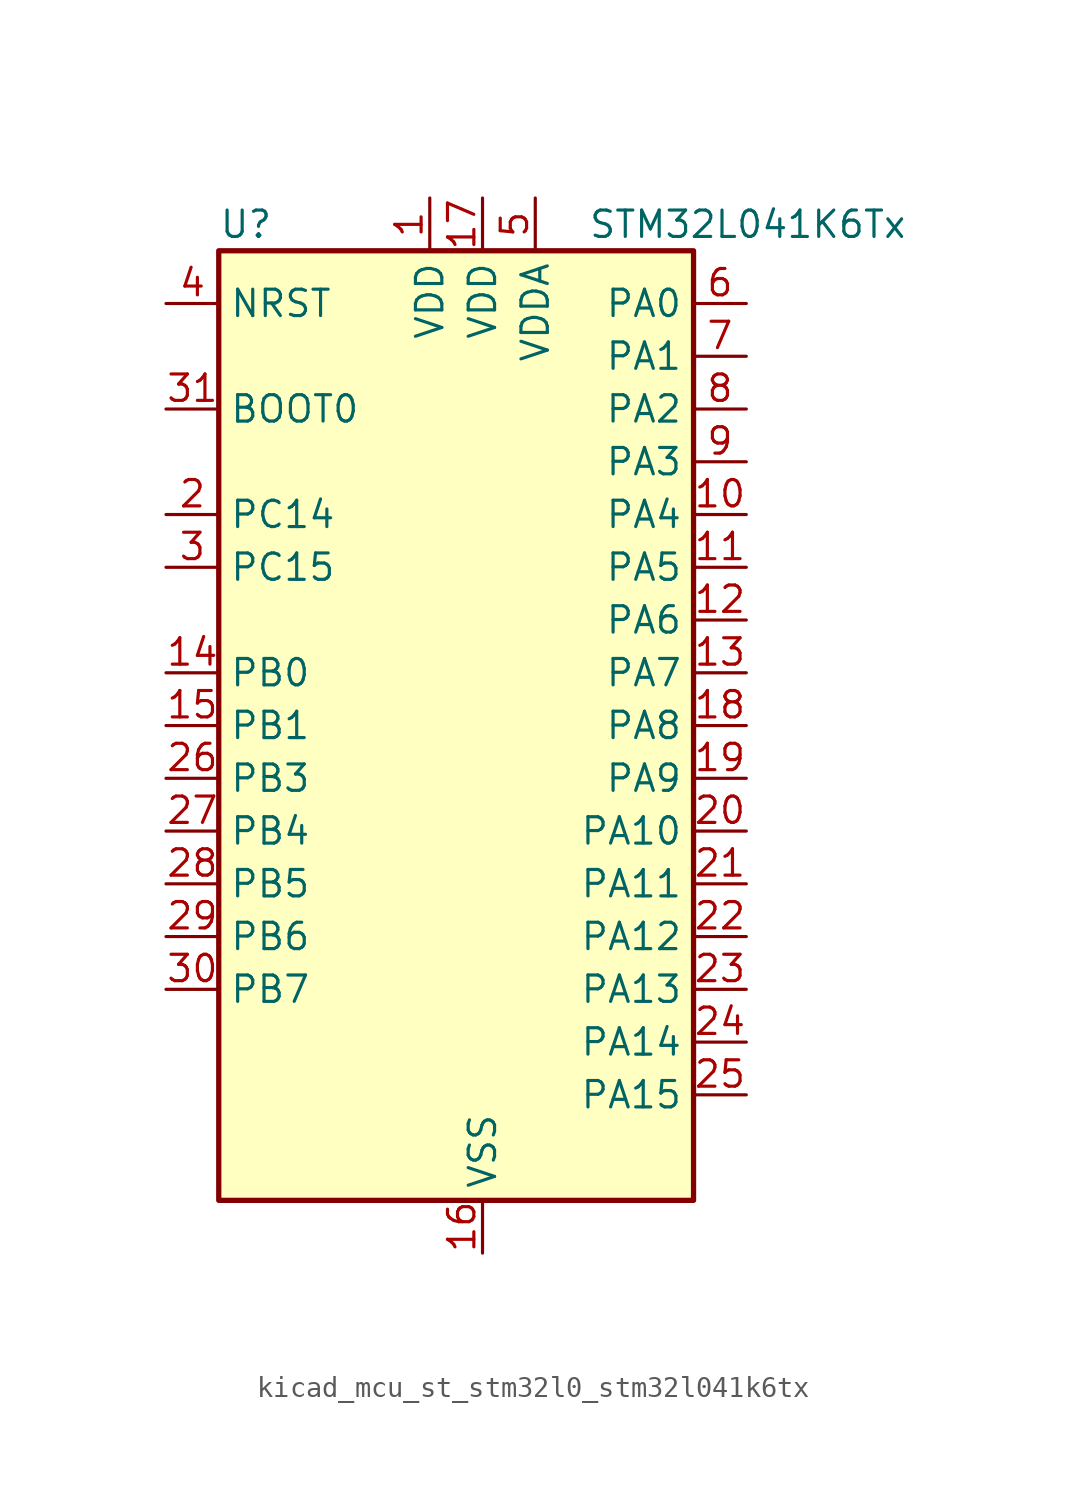
<source format=kicad_sym>
(kicad_symbol_lib
  (version 20220914)
  (generator kicad_symbol_editor)
  (symbol "kicad_mcu_st_stm32l0_stm32l041k6tx"
    (property "Reference" "U"
      (at -10.16 24.13 0)
      (effects (font (size 1.27 1.27)) (justify left)))
    (property "Value" "STM32L041K6Tx"
      (at 7.62 24.13 0)
      (effects (font (size 1.27 1.27)) (justify left)))
    (property "ki_locked" ""
      (at 0 0 0)
      (effects (font (size 1.27 1.27))))
    (symbol "kicad_mcu_st_stm32l0_stm32l041k6tx_0_1"
      (rectangle (start -10.16 -22.86) (end 12.7 22.86) (stroke (width 0.254) (type default)) (fill (type background))))
    (symbol "kicad_mcu_st_stm32l0_stm32l041k6tx_1_1"
      (pin power_in line (at 0 25.4 270) (length 2.54) (name "VDD" (effects (font (size 1.27 1.27)))) (number "1" (effects (font (size 1.27 1.27)))))
      (pin bidirectional line (at 15.24 10.16 180) (length 2.54) (name "PA4" (effects (font (size 1.27 1.27)))) (number "10" (effects (font (size 1.27 1.27)))) (alternate "ADC_IN4" bidirectional line) (alternate "COMP1_INM" bidirectional line) (alternate "COMP2_INM" bidirectional line) (alternate "LPTIM1_IN1" bidirectional line) (alternate "SPI1_NSS" bidirectional line) (alternate "TIM22_ETR" bidirectional line) (alternate "USART2_CK" bidirectional line))
      (pin bidirectional line (at 15.24 7.62 180) (length 2.54) (name "PA5" (effects (font (size 1.27 1.27)))) (number "11" (effects (font (size 1.27 1.27)))) (alternate "ADC_IN5" bidirectional line) (alternate "COMP1_INM" bidirectional line) (alternate "COMP2_INM" bidirectional line) (alternate "LPTIM1_IN2" bidirectional line) (alternate "SPI1_SCK" bidirectional line) (alternate "TIM2_CH1" bidirectional line) (alternate "TIM2_ETR" bidirectional line))
      (pin bidirectional line (at 15.24 5.08 180) (length 2.54) (name "PA6" (effects (font (size 1.27 1.27)))) (number "12" (effects (font (size 1.27 1.27)))) (alternate "ADC_IN6" bidirectional line) (alternate "COMP1_OUT" bidirectional line) (alternate "LPTIM1_ETR" bidirectional line) (alternate "LPUART1_CTS" bidirectional line) (alternate "SPI1_MISO" bidirectional line) (alternate "TIM22_CH1" bidirectional line))
      (pin bidirectional line (at 15.24 2.54 180) (length 2.54) (name "PA7" (effects (font (size 1.27 1.27)))) (number "13" (effects (font (size 1.27 1.27)))) (alternate "ADC_IN7" bidirectional line) (alternate "COMP2_OUT" bidirectional line) (alternate "LPTIM1_OUT" bidirectional line) (alternate "SPI1_MOSI" bidirectional line) (alternate "TIM22_CH2" bidirectional line) (alternate "USART2_CTS" bidirectional line))
      (pin bidirectional line (at -12.7 2.54 0) (length 2.54) (name "PB0" (effects (font (size 1.27 1.27)))) (number "14" (effects (font (size 1.27 1.27)))) (alternate "ADC_IN8" bidirectional line) (alternate "SPI1_MISO" bidirectional line) (alternate "SYS_VREF_OUT_PB0" bidirectional line) (alternate "TIM2_CH3" bidirectional line) (alternate "USART2_DE" bidirectional line) (alternate "USART2_RTS" bidirectional line))
      (pin bidirectional line (at -12.7 0 0) (length 2.54) (name "PB1" (effects (font (size 1.27 1.27)))) (number "15" (effects (font (size 1.27 1.27)))) (alternate "ADC_IN9" bidirectional line) (alternate "LPUART1_DE" bidirectional line) (alternate "LPUART1_RTS" bidirectional line) (alternate "SPI1_MOSI" bidirectional line) (alternate "SYS_VREF_OUT_PB1" bidirectional line) (alternate "TIM2_CH4" bidirectional line) (alternate "USART2_CK" bidirectional line))
      (pin power_in line (at 2.54 -25.4 90) (length 2.54) (name "VSS" (effects (font (size 1.27 1.27)))) (number "16" (effects (font (size 1.27 1.27)))))
      (pin power_in line (at 2.54 25.4 270) (length 2.54) (name "VDD" (effects (font (size 1.27 1.27)))) (number "17" (effects (font (size 1.27 1.27)))))
      (pin bidirectional line (at 15.24 0 180) (length 2.54) (name "PA8" (effects (font (size 1.27 1.27)))) (number "18" (effects (font (size 1.27 1.27)))) (alternate "LPTIM1_IN1" bidirectional line) (alternate "RCC_MCO" bidirectional line) (alternate "TIM2_CH1" bidirectional line) (alternate "USART2_CK" bidirectional line))
      (pin bidirectional line (at 15.24 -2.54 180) (length 2.54) (name "PA9" (effects (font (size 1.27 1.27)))) (number "19" (effects (font (size 1.27 1.27)))) (alternate "I2C1_SCL" bidirectional line) (alternate "RCC_MCO" bidirectional line) (alternate "TIM22_CH1" bidirectional line) (alternate "USART2_TX" bidirectional line))
      (pin bidirectional line (at -12.7 10.16 0) (length 2.54) (name "PC14" (effects (font (size 1.27 1.27)))) (number "2" (effects (font (size 1.27 1.27)))) (alternate "RCC_OSC32_IN" bidirectional line))
      (pin bidirectional line (at 15.24 -5.08 180) (length 2.54) (name "PA10" (effects (font (size 1.27 1.27)))) (number "20" (effects (font (size 1.27 1.27)))) (alternate "I2C1_SDA" bidirectional line) (alternate "TIM22_CH2" bidirectional line) (alternate "USART2_RX" bidirectional line))
      (pin bidirectional line (at 15.24 -7.62 180) (length 2.54) (name "PA11" (effects (font (size 1.27 1.27)))) (number "21" (effects (font (size 1.27 1.27)))) (alternate "ADC_EXTI11" bidirectional line) (alternate "COMP1_OUT" bidirectional line) (alternate "SPI1_MISO" bidirectional line) (alternate "TIM21_CH2" bidirectional line) (alternate "USART2_CTS" bidirectional line))
      (pin bidirectional line (at 15.24 -10.16 180) (length 2.54) (name "PA12" (effects (font (size 1.27 1.27)))) (number "22" (effects (font (size 1.27 1.27)))) (alternate "COMP2_OUT" bidirectional line) (alternate "SPI1_MOSI" bidirectional line) (alternate "USART2_DE" bidirectional line) (alternate "USART2_RTS" bidirectional line))
      (pin bidirectional line (at 15.24 -12.7 180) (length 2.54) (name "PA13" (effects (font (size 1.27 1.27)))) (number "23" (effects (font (size 1.27 1.27)))) (alternate "LPTIM1_ETR" bidirectional line) (alternate "LPUART1_RX" bidirectional line) (alternate "SYS_SWDIO" bidirectional line))
      (pin bidirectional line (at 15.24 -15.24 180) (length 2.54) (name "PA14" (effects (font (size 1.27 1.27)))) (number "24" (effects (font (size 1.27 1.27)))) (alternate "I2C1_SMBA" bidirectional line) (alternate "LPTIM1_OUT" bidirectional line) (alternate "LPUART1_TX" bidirectional line) (alternate "SYS_SWCLK" bidirectional line) (alternate "USART2_TX" bidirectional line))
      (pin bidirectional line (at 15.24 -17.78 180) (length 2.54) (name "PA15" (effects (font (size 1.27 1.27)))) (number "25" (effects (font (size 1.27 1.27)))) (alternate "SPI1_NSS" bidirectional line) (alternate "TIM2_CH1" bidirectional line) (alternate "TIM2_ETR" bidirectional line) (alternate "USART2_RX" bidirectional line))
      (pin bidirectional line (at -12.7 -2.54 0) (length 2.54) (name "PB3" (effects (font (size 1.27 1.27)))) (number "26" (effects (font (size 1.27 1.27)))) (alternate "COMP2_INM" bidirectional line) (alternate "SPI1_SCK" bidirectional line) (alternate "TIM2_CH2" bidirectional line))
      (pin bidirectional line (at -12.7 -5.08 0) (length 2.54) (name "PB4" (effects (font (size 1.27 1.27)))) (number "27" (effects (font (size 1.27 1.27)))) (alternate "COMP2_INP" bidirectional line) (alternate "SPI1_MISO" bidirectional line) (alternate "TIM22_CH1" bidirectional line))
      (pin bidirectional line (at -12.7 -7.62 0) (length 2.54) (name "PB5" (effects (font (size 1.27 1.27)))) (number "28" (effects (font (size 1.27 1.27)))) (alternate "COMP2_INP" bidirectional line) (alternate "I2C1_SMBA" bidirectional line) (alternate "LPTIM1_IN1" bidirectional line) (alternate "SPI1_MOSI" bidirectional line) (alternate "TIM22_CH2" bidirectional line))
      (pin bidirectional line (at -12.7 -10.16 0) (length 2.54) (name "PB6" (effects (font (size 1.27 1.27)))) (number "29" (effects (font (size 1.27 1.27)))) (alternate "COMP2_INP" bidirectional line) (alternate "I2C1_SCL" bidirectional line) (alternate "LPTIM1_ETR" bidirectional line) (alternate "TIM21_CH1" bidirectional line) (alternate "USART2_TX" bidirectional line))
      (pin bidirectional line (at -12.7 7.62 0) (length 2.54) (name "PC15" (effects (font (size 1.27 1.27)))) (number "3" (effects (font (size 1.27 1.27)))) (alternate "RCC_OSC32_OUT" bidirectional line))
      (pin bidirectional line (at -12.7 -12.7 0) (length 2.54) (name "PB7" (effects (font (size 1.27 1.27)))) (number "30" (effects (font (size 1.27 1.27)))) (alternate "COMP2_INP" bidirectional line) (alternate "I2C1_SDA" bidirectional line) (alternate "LPTIM1_IN2" bidirectional line) (alternate "SYS_PVD_IN" bidirectional line) (alternate "USART2_RX" bidirectional line))
      (pin input line (at -12.7 15.24 0) (length 2.54) (name "BOOT0" (effects (font (size 1.27 1.27)))) (number "31" (effects (font (size 1.27 1.27)))))
      (pin passive line (at 2.54 -25.4 90) (length 2.54) hide (name "VSS" (effects (font (size 1.27 1.27)))) (number "32" (effects (font (size 1.27 1.27)))))
      (pin input line (at -12.7 20.32 0) (length 2.54) (name "NRST" (effects (font (size 1.27 1.27)))) (number "4" (effects (font (size 1.27 1.27)))))
      (pin power_in line (at 5.08 25.4 270) (length 2.54) (name "VDDA" (effects (font (size 1.27 1.27)))) (number "5" (effects (font (size 1.27 1.27)))))
      (pin bidirectional line (at 15.24 20.32 180) (length 2.54) (name "PA0" (effects (font (size 1.27 1.27)))) (number "6" (effects (font (size 1.27 1.27)))) (alternate "ADC_IN0" bidirectional line) (alternate "COMP1_INM" bidirectional line) (alternate "COMP1_OUT" bidirectional line) (alternate "LPTIM1_IN1" bidirectional line) (alternate "RCC_CK_IN" bidirectional line) (alternate "RTC_TAMP2" bidirectional line) (alternate "SYS_WKUP1" bidirectional line) (alternate "TIM2_CH1" bidirectional line) (alternate "TIM2_ETR" bidirectional line) (alternate "USART2_CTS" bidirectional line))
      (pin bidirectional line (at 15.24 17.78 180) (length 2.54) (name "PA1" (effects (font (size 1.27 1.27)))) (number "7" (effects (font (size 1.27 1.27)))) (alternate "ADC_IN1" bidirectional line) (alternate "COMP1_INP" bidirectional line) (alternate "I2C1_SMBA" bidirectional line) (alternate "LPTIM1_IN2" bidirectional line) (alternate "TIM21_ETR" bidirectional line) (alternate "TIM2_CH2" bidirectional line) (alternate "USART2_DE" bidirectional line) (alternate "USART2_RTS" bidirectional line))
      (pin bidirectional line (at 15.24 15.24 180) (length 2.54) (name "PA2" (effects (font (size 1.27 1.27)))) (number "8" (effects (font (size 1.27 1.27)))) (alternate "ADC_IN2" bidirectional line) (alternate "COMP2_INM" bidirectional line) (alternate "COMP2_OUT" bidirectional line) (alternate "LPUART1_TX" bidirectional line) (alternate "RTC_OUT_ALARM" bidirectional line) (alternate "RTC_OUT_CALIB" bidirectional line) (alternate "RTC_TAMP3" bidirectional line) (alternate "RTC_TS" bidirectional line) (alternate "SYS_WKUP3" bidirectional line) (alternate "TIM21_CH1" bidirectional line) (alternate "TIM2_CH3" bidirectional line) (alternate "USART2_TX" bidirectional line))
      (pin bidirectional line (at 15.24 12.7 180) (length 2.54) (name "PA3" (effects (font (size 1.27 1.27)))) (number "9" (effects (font (size 1.27 1.27)))) (alternate "ADC_IN3" bidirectional line) (alternate "COMP2_INP" bidirectional line) (alternate "LPUART1_RX" bidirectional line) (alternate "TIM21_CH2" bidirectional line) (alternate "TIM2_CH4" bidirectional line) (alternate "USART2_RX" bidirectional line)))))
</source>
